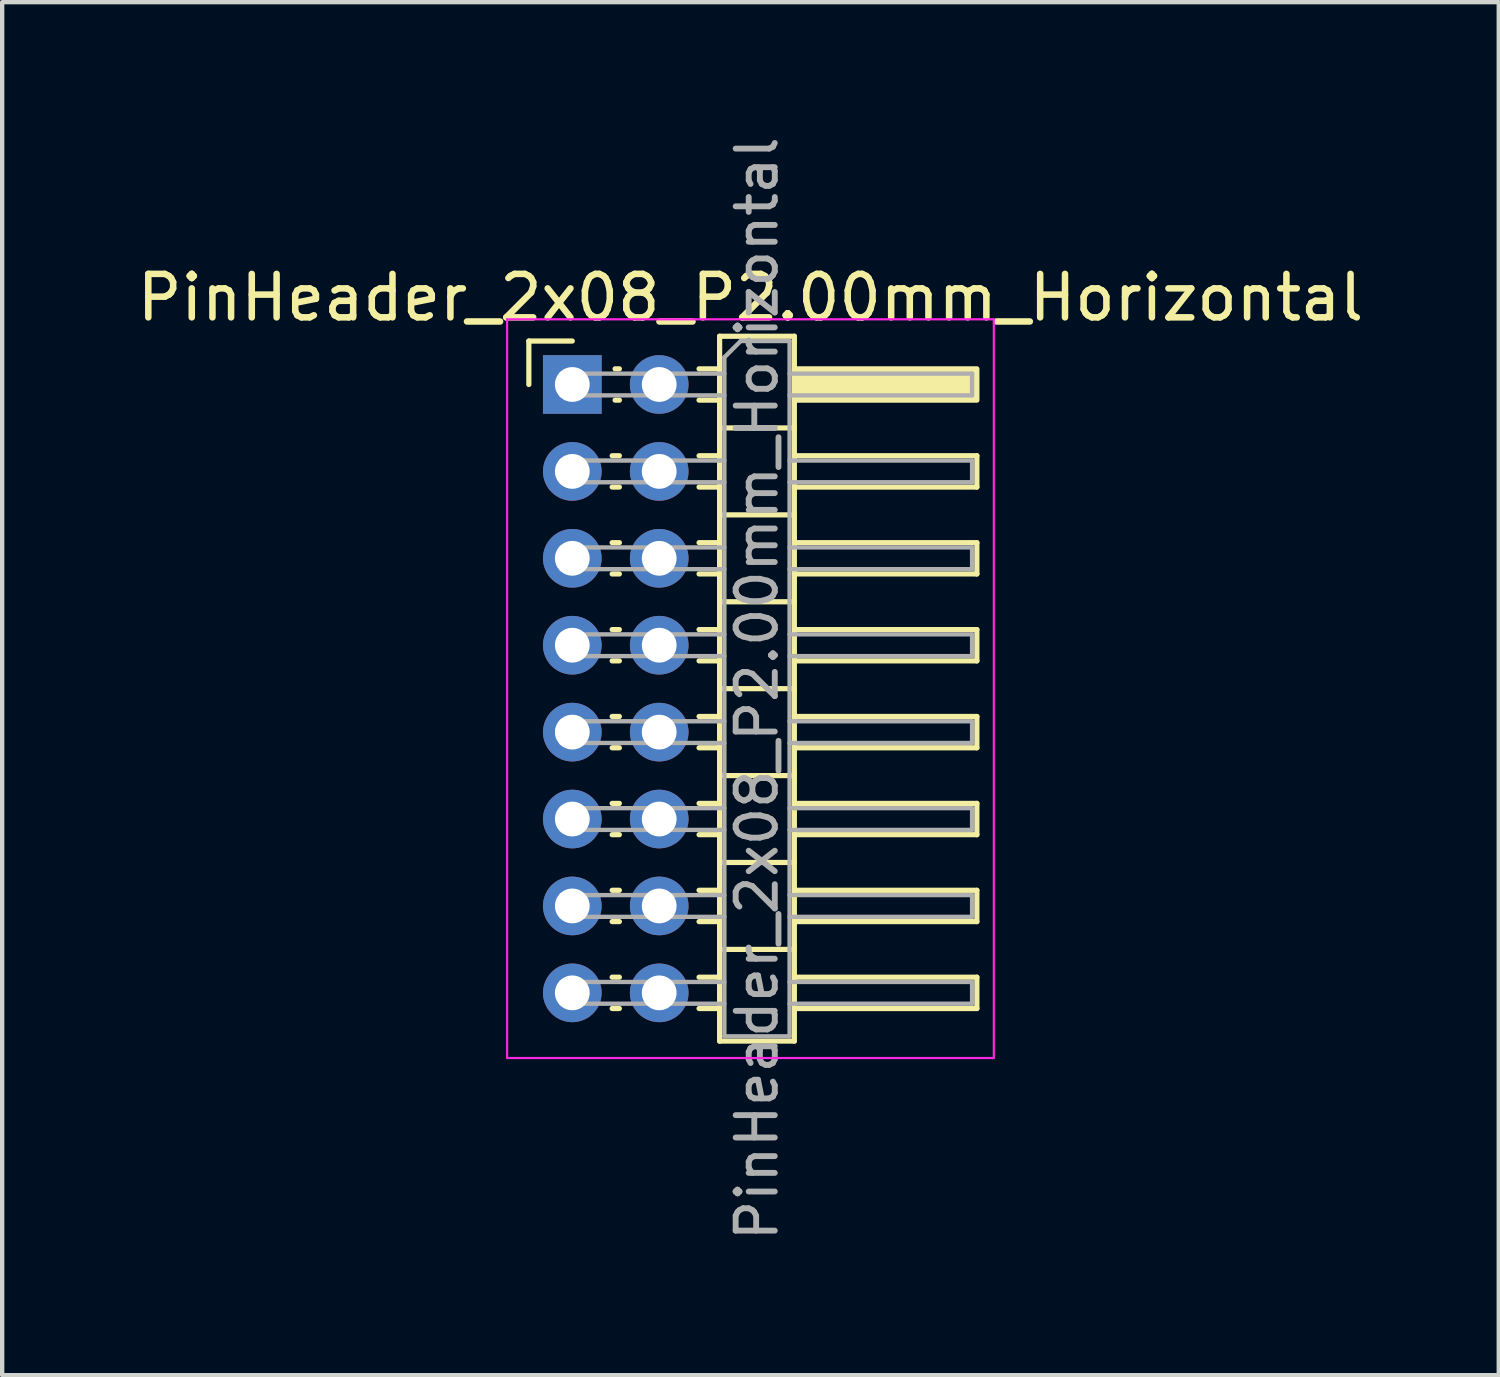
<source format=kicad_pcb>
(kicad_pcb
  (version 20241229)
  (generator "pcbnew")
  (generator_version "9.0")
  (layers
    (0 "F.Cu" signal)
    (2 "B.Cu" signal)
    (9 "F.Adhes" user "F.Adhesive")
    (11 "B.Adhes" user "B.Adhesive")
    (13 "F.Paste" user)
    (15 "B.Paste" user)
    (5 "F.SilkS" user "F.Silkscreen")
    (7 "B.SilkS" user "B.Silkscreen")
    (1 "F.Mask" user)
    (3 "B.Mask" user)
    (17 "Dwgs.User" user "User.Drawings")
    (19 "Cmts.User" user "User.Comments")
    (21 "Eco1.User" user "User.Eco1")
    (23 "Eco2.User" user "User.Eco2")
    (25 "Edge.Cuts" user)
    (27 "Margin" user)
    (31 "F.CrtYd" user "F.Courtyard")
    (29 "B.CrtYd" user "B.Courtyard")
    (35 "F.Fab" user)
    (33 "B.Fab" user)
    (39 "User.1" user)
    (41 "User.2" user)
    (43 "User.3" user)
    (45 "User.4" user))
  (footprint "PinHeader_2x08_P2.00mm_Horizontal"
    (layer "F.Cu")
    (at 10.12 5.798)
    (property "Reference" "PinHeader_2x08_P2.00mm_Horizontal" (at 4.1 -2 0) (layer "F.SilkS") (effects (font (size 1 1) (thickness 0.15))))
    (attr through_hole)
    (fp_line (start -1 -1) (end 0 -1) (stroke (width 0.12) (type solid)) (layer "F.SilkS"))
    (fp_line (start -1 0) (end -1 -1) (stroke (width 0.12) (type solid)) (layer "F.SilkS"))
    (fp_line (start 0.917 1.64) (end 1.083 1.64) (stroke (width 0.12) (type solid)) (layer "F.SilkS"))
    (fp_line (start 0.917 2.36) (end 1.083 2.36) (stroke (width 0.12) (type solid)) (layer "F.SilkS"))
    (fp_line (start 0.917 3.64) (end 1.083 3.64) (stroke (width 0.12) (type solid)) (layer "F.SilkS"))
    (fp_line (start 0.917 4.36) (end 1.083 4.36) (stroke (width 0.12) (type solid)) (layer "F.SilkS"))
    (fp_line (start 0.917 5.64) (end 1.083 5.64) (stroke (width 0.12) (type solid)) (layer "F.SilkS"))
    (fp_line (start 0.917 6.36) (end 1.083 6.36) (stroke (width 0.12) (type solid)) (layer "F.SilkS"))
    (fp_line (start 0.917 7.64) (end 1.083 7.64) (stroke (width 0.12) (type solid)) (layer "F.SilkS"))
    (fp_line (start 0.917 8.36) (end 1.083 8.36) (stroke (width 0.12) (type solid)) (layer "F.SilkS"))
    (fp_line (start 0.917 9.64) (end 1.083 9.64) (stroke (width 0.12) (type solid)) (layer "F.SilkS"))
    (fp_line (start 0.917 10.36) (end 1.083 10.36) (stroke (width 0.12) (type solid)) (layer "F.SilkS"))
    (fp_line (start 0.917 11.64) (end 1.083 11.64) (stroke (width 0.12) (type solid)) (layer "F.SilkS"))
    (fp_line (start 0.917 12.36) (end 1.083 12.36) (stroke (width 0.12) (type solid)) (layer "F.SilkS"))
    (fp_line (start 0.917 13.64) (end 1.083 13.64) (stroke (width 0.12) (type solid)) (layer "F.SilkS"))
    (fp_line (start 0.917 14.36) (end 1.083 14.36) (stroke (width 0.12) (type solid)) (layer "F.SilkS"))
    (fp_line (start 0.985 -0.36) (end 1.083 -0.36) (stroke (width 0.12) (type solid)) (layer "F.SilkS"))
    (fp_line (start 0.985 0.36) (end 1.083 0.36) (stroke (width 0.12) (type solid)) (layer "F.SilkS"))
    (fp_line (start 2.917 -0.36) (end 3.39 -0.36) (stroke (width 0.12) (type solid)) (layer "F.SilkS"))
    (fp_line (start 2.917 0.36) (end 3.39 0.36) (stroke (width 0.12) (type solid)) (layer "F.SilkS"))
    (fp_line (start 2.917 1.64) (end 3.39 1.64) (stroke (width 0.12) (type solid)) (layer "F.SilkS"))
    (fp_line (start 2.917 2.36) (end 3.39 2.36) (stroke (width 0.12) (type solid)) (layer "F.SilkS"))
    (fp_line (start 2.917 3.64) (end 3.39 3.64) (stroke (width 0.12) (type solid)) (layer "F.SilkS"))
    (fp_line (start 2.917 4.36) (end 3.39 4.36) (stroke (width 0.12) (type solid)) (layer "F.SilkS"))
    (fp_line (start 2.917 5.64) (end 3.39 5.64) (stroke (width 0.12) (type solid)) (layer "F.SilkS"))
    (fp_line (start 2.917 6.36) (end 3.39 6.36) (stroke (width 0.12) (type solid)) (layer "F.SilkS"))
    (fp_line (start 2.917 7.64) (end 3.39 7.64) (stroke (width 0.12) (type solid)) (layer "F.SilkS"))
    (fp_line (start 2.917 8.36) (end 3.39 8.36) (stroke (width 0.12) (type solid)) (layer "F.SilkS"))
    (fp_line (start 2.917 9.64) (end 3.39 9.64) (stroke (width 0.12) (type solid)) (layer "F.SilkS"))
    (fp_line (start 2.917 10.36) (end 3.39 10.36) (stroke (width 0.12) (type solid)) (layer "F.SilkS"))
    (fp_line (start 2.917 11.64) (end 3.39 11.64) (stroke (width 0.12) (type solid)) (layer "F.SilkS"))
    (fp_line (start 2.917 12.36) (end 3.39 12.36) (stroke (width 0.12) (type solid)) (layer "F.SilkS"))
    (fp_line (start 2.917 13.64) (end 3.39 13.64) (stroke (width 0.12) (type solid)) (layer "F.SilkS"))
    (fp_line (start 2.917 14.36) (end 3.39 14.36) (stroke (width 0.12) (type solid)) (layer "F.SilkS"))
    (fp_line (start 3.39 -1.11) (end 3.39 15.11) (stroke (width 0.12) (type solid)) (layer "F.SilkS"))
    (fp_line (start 3.39 1) (end 5.11 1) (stroke (width 0.12) (type solid)) (layer "F.SilkS"))
    (fp_line (start 3.39 3) (end 5.11 3) (stroke (width 0.12) (type solid)) (layer "F.SilkS"))
    (fp_line (start 3.39 5) (end 5.11 5) (stroke (width 0.12) (type solid)) (layer "F.SilkS"))
    (fp_line (start 3.39 7) (end 5.11 7) (stroke (width 0.12) (type solid)) (layer "F.SilkS"))
    (fp_line (start 3.39 9) (end 5.11 9) (stroke (width 0.12) (type solid)) (layer "F.SilkS"))
    (fp_line (start 3.39 11) (end 5.11 11) (stroke (width 0.12) (type solid)) (layer "F.SilkS"))
    (fp_line (start 3.39 13) (end 5.11 13) (stroke (width 0.12) (type solid)) (layer "F.SilkS"))
    (fp_line (start 3.39 15.11) (end 5.11 15.11) (stroke (width 0.12) (type solid)) (layer "F.SilkS"))
    (fp_line (start 5.11 -1.11) (end 3.39 -1.11) (stroke (width 0.12) (type solid)) (layer "F.SilkS"))
    (fp_line (start 5.11 1.64) (end 9.31 1.64) (stroke (width 0.12) (type solid)) (layer "F.SilkS"))
    (fp_line (start 5.11 3.64) (end 9.31 3.64) (stroke (width 0.12) (type solid)) (layer "F.SilkS"))
    (fp_line (start 5.11 5.64) (end 9.31 5.64) (stroke (width 0.12) (type solid)) (layer "F.SilkS"))
    (fp_line (start 5.11 7.64) (end 9.31 7.64) (stroke (width 0.12) (type solid)) (layer "F.SilkS"))
    (fp_line (start 5.11 9.64) (end 9.31 9.64) (stroke (width 0.12) (type solid)) (layer "F.SilkS"))
    (fp_line (start 5.11 11.64) (end 9.31 11.64) (stroke (width 0.12) (type solid)) (layer "F.SilkS"))
    (fp_line (start 5.11 13.64) (end 9.31 13.64) (stroke (width 0.12) (type solid)) (layer "F.SilkS"))
    (fp_line (start 5.11 15.11) (end 5.11 -1.11) (stroke (width 0.12) (type solid)) (layer "F.SilkS"))
    (fp_line (start 9.31 1.64) (end 9.31 2.36) (stroke (width 0.12) (type solid)) (layer "F.SilkS"))
    (fp_line (start 9.31 2.36) (end 5.11 2.36) (stroke (width 0.12) (type solid)) (layer "F.SilkS"))
    (fp_line (start 9.31 3.64) (end 9.31 4.36) (stroke (width 0.12) (type solid)) (layer "F.SilkS"))
    (fp_line (start 9.31 4.36) (end 5.11 4.36) (stroke (width 0.12) (type solid)) (layer "F.SilkS"))
    (fp_line (start 9.31 5.64) (end 9.31 6.36) (stroke (width 0.12) (type solid)) (layer "F.SilkS"))
    (fp_line (start 9.31 6.36) (end 5.11 6.36) (stroke (width 0.12) (type solid)) (layer "F.SilkS"))
    (fp_line (start 9.31 7.64) (end 9.31 8.36) (stroke (width 0.12) (type solid)) (layer "F.SilkS"))
    (fp_line (start 9.31 8.36) (end 5.11 8.36) (stroke (width 0.12) (type solid)) (layer "F.SilkS"))
    (fp_line (start 9.31 9.64) (end 9.31 10.36) (stroke (width 0.12) (type solid)) (layer "F.SilkS"))
    (fp_line (start 9.31 10.36) (end 5.11 10.36) (stroke (width 0.12) (type solid)) (layer "F.SilkS"))
    (fp_line (start 9.31 11.64) (end 9.31 12.36) (stroke (width 0.12) (type solid)) (layer "F.SilkS"))
    (fp_line (start 9.31 12.36) (end 5.11 12.36) (stroke (width 0.12) (type solid)) (layer "F.SilkS"))
    (fp_line (start 9.31 13.64) (end 9.31 14.36) (stroke (width 0.12) (type solid)) (layer "F.SilkS"))
    (fp_line (start 9.31 14.36) (end 5.11 14.36) (stroke (width 0.12) (type solid)) (layer "F.SilkS"))
    (fp_rect (start 5.11 -0.36) (end 9.31 0.36) (stroke (width 0.12) (type solid)) (fill yes) (layer "F.SilkS"))
    (fp_line (start -1.5 -1.5) (end -1.5 15.5) (stroke (width 0.05) (type solid)) (layer "F.CrtYd"))
    (fp_line (start -1.5 15.5) (end 9.7 15.5) (stroke (width 0.05) (type solid)) (layer "F.CrtYd"))
    (fp_line (start 9.7 -1.5) (end -1.5 -1.5) (stroke (width 0.05) (type solid)) (layer "F.CrtYd"))
    (fp_line (start 9.7 15.5) (end 9.7 -1.5) (stroke (width 0.05) (type solid)) (layer "F.CrtYd"))
    (fp_line (start -0.25 -0.25) (end -0.25 0.25) (stroke (width 0.1) (type solid)) (layer "F.Fab"))
    (fp_line (start -0.25 -0.25) (end 3.5 -0.25) (stroke (width 0.1) (type solid)) (layer "F.Fab"))
    (fp_line (start -0.25 0.25) (end 3.5 0.25) (stroke (width 0.1) (type solid)) (layer "F.Fab"))
    (fp_line (start -0.25 1.75) (end -0.25 2.25) (stroke (width 0.1) (type solid)) (layer "F.Fab"))
    (fp_line (start -0.25 1.75) (end 3.5 1.75) (stroke (width 0.1) (type solid)) (layer "F.Fab"))
    (fp_line (start -0.25 2.25) (end 3.5 2.25) (stroke (width 0.1) (type solid)) (layer "F.Fab"))
    (fp_line (start -0.25 3.75) (end -0.25 4.25) (stroke (width 0.1) (type solid)) (layer "F.Fab"))
    (fp_line (start -0.25 3.75) (end 3.5 3.75) (stroke (width 0.1) (type solid)) (layer "F.Fab"))
    (fp_line (start -0.25 4.25) (end 3.5 4.25) (stroke (width 0.1) (type solid)) (layer "F.Fab"))
    (fp_line (start -0.25 5.75) (end -0.25 6.25) (stroke (width 0.1) (type solid)) (layer "F.Fab"))
    (fp_line (start -0.25 5.75) (end 3.5 5.75) (stroke (width 0.1) (type solid)) (layer "F.Fab"))
    (fp_line (start -0.25 6.25) (end 3.5 6.25) (stroke (width 0.1) (type solid)) (layer "F.Fab"))
    (fp_line (start -0.25 7.75) (end -0.25 8.25) (stroke (width 0.1) (type solid)) (layer "F.Fab"))
    (fp_line (start -0.25 7.75) (end 3.5 7.75) (stroke (width 0.1) (type solid)) (layer "F.Fab"))
    (fp_line (start -0.25 8.25) (end 3.5 8.25) (stroke (width 0.1) (type solid)) (layer "F.Fab"))
    (fp_line (start -0.25 9.75) (end -0.25 10.25) (stroke (width 0.1) (type solid)) (layer "F.Fab"))
    (fp_line (start -0.25 9.75) (end 3.5 9.75) (stroke (width 0.1) (type solid)) (layer "F.Fab"))
    (fp_line (start -0.25 10.25) (end 3.5 10.25) (stroke (width 0.1) (type solid)) (layer "F.Fab"))
    (fp_line (start -0.25 11.75) (end -0.25 12.25) (stroke (width 0.1) (type solid)) (layer "F.Fab"))
    (fp_line (start -0.25 11.75) (end 3.5 11.75) (stroke (width 0.1) (type solid)) (layer "F.Fab"))
    (fp_line (start -0.25 12.25) (end 3.5 12.25) (stroke (width 0.1) (type solid)) (layer "F.Fab"))
    (fp_line (start -0.25 13.75) (end -0.25 14.25) (stroke (width 0.1) (type solid)) (layer "F.Fab"))
    (fp_line (start -0.25 13.75) (end 3.5 13.75) (stroke (width 0.1) (type solid)) (layer "F.Fab"))
    (fp_line (start -0.25 14.25) (end 3.5 14.25) (stroke (width 0.1) (type solid)) (layer "F.Fab"))
    (fp_line (start 3.5 -0.625) (end 3.875 -1) (stroke (width 0.1) (type solid)) (layer "F.Fab"))
    (fp_line (start 3.5 15) (end 3.5 -0.625) (stroke (width 0.1) (type solid)) (layer "F.Fab"))
    (fp_line (start 3.875 -1) (end 5 -1) (stroke (width 0.1) (type solid)) (layer "F.Fab"))
    (fp_line (start 5 -1) (end 5 15) (stroke (width 0.1) (type solid)) (layer "F.Fab"))
    (fp_line (start 5 -0.25) (end 9.2 -0.25) (stroke (width 0.1) (type solid)) (layer "F.Fab"))
    (fp_line (start 5 0.25) (end 9.2 0.25) (stroke (width 0.1) (type solid)) (layer "F.Fab"))
    (fp_line (start 5 1.75) (end 9.2 1.75) (stroke (width 0.1) (type solid)) (layer "F.Fab"))
    (fp_line (start 5 2.25) (end 9.2 2.25) (stroke (width 0.1) (type solid)) (layer "F.Fab"))
    (fp_line (start 5 3.75) (end 9.2 3.75) (stroke (width 0.1) (type solid)) (layer "F.Fab"))
    (fp_line (start 5 4.25) (end 9.2 4.25) (stroke (width 0.1) (type solid)) (layer "F.Fab"))
    (fp_line (start 5 5.75) (end 9.2 5.75) (stroke (width 0.1) (type solid)) (layer "F.Fab"))
    (fp_line (start 5 6.25) (end 9.2 6.25) (stroke (width 0.1) (type solid)) (layer "F.Fab"))
    (fp_line (start 5 7.75) (end 9.2 7.75) (stroke (width 0.1) (type solid)) (layer "F.Fab"))
    (fp_line (start 5 8.25) (end 9.2 8.25) (stroke (width 0.1) (type solid)) (layer "F.Fab"))
    (fp_line (start 5 9.75) (end 9.2 9.75) (stroke (width 0.1) (type solid)) (layer "F.Fab"))
    (fp_line (start 5 10.25) (end 9.2 10.25) (stroke (width 0.1) (type solid)) (layer "F.Fab"))
    (fp_line (start 5 11.75) (end 9.2 11.75) (stroke (width 0.1) (type solid)) (layer "F.Fab"))
    (fp_line (start 5 12.25) (end 9.2 12.25) (stroke (width 0.1) (type solid)) (layer "F.Fab"))
    (fp_line (start 5 13.75) (end 9.2 13.75) (stroke (width 0.1) (type solid)) (layer "F.Fab"))
    (fp_line (start 5 14.25) (end 9.2 14.25) (stroke (width 0.1) (type solid)) (layer "F.Fab"))
    (fp_line (start 5 15) (end 3.5 15) (stroke (width 0.1) (type solid)) (layer "F.Fab"))
    (fp_line (start 9.2 -0.25) (end 9.2 0.25) (stroke (width 0.1) (type solid)) (layer "F.Fab"))
    (fp_line (start 9.2 1.75) (end 9.2 2.25) (stroke (width 0.1) (type solid)) (layer "F.Fab"))
    (fp_line (start 9.2 3.75) (end 9.2 4.25) (stroke (width 0.1) (type solid)) (layer "F.Fab"))
    (fp_line (start 9.2 5.75) (end 9.2 6.25) (stroke (width 0.1) (type solid)) (layer "F.Fab"))
    (fp_line (start 9.2 7.75) (end 9.2 8.25) (stroke (width 0.1) (type solid)) (layer "F.Fab"))
    (fp_line (start 9.2 9.75) (end 9.2 10.25) (stroke (width 0.1) (type solid)) (layer "F.Fab"))
    (fp_line (start 9.2 11.75) (end 9.2 12.25) (stroke (width 0.1) (type solid)) (layer "F.Fab"))
    (fp_line (start 9.2 13.75) (end 9.2 14.25) (stroke (width 0.1) (type solid)) (layer "F.Fab"))
    (fp_text user "${REFERENCE}" (at 4.25 7 90) (layer "F.Fab") (effects (font (size 0.9 0.9) (thickness 0.135))))
    (pad "1" thru_hole rect (at 0 0) (size 1.35 1.35) (drill 0.8) (layers "*.Cu" "*.Mask"))
    (pad "2" thru_hole circle (at 2 0) (size 1.35 1.35) (drill 0.8) (layers "*.Cu" "*.Mask"))
    (pad "3" thru_hole circle (at 0 2) (size 1.35 1.35) (drill 0.8) (layers "*.Cu" "*.Mask"))
    (pad "4" thru_hole circle (at 2 2) (size 1.35 1.35) (drill 0.8) (layers "*.Cu" "*.Mask"))
    (pad "5" thru_hole circle (at 0 4) (size 1.35 1.35) (drill 0.8) (layers "*.Cu" "*.Mask"))
    (pad "6" thru_hole circle (at 2 4) (size 1.35 1.35) (drill 0.8) (layers "*.Cu" "*.Mask"))
    (pad "7" thru_hole circle (at 0 6) (size 1.35 1.35) (drill 0.8) (layers "*.Cu" "*.Mask"))
    (pad "8" thru_hole circle (at 2 6) (size 1.35 1.35) (drill 0.8) (layers "*.Cu" "*.Mask"))
    (pad "9" thru_hole circle (at 0 8) (size 1.35 1.35) (drill 0.8) (layers "*.Cu" "*.Mask"))
    (pad "10" thru_hole circle (at 2 8) (size 1.35 1.35) (drill 0.8) (layers "*.Cu" "*.Mask"))
    (pad "11" thru_hole circle (at 0 10) (size 1.35 1.35) (drill 0.8) (layers "*.Cu" "*.Mask"))
    (pad "12" thru_hole circle (at 2 10) (size 1.35 1.35) (drill 0.8) (layers "*.Cu" "*.Mask"))
    (pad "13" thru_hole circle (at 0 12) (size 1.35 1.35) (drill 0.8) (layers "*.Cu" "*.Mask"))
    (pad "14" thru_hole circle (at 2 12) (size 1.35 1.35) (drill 0.8) (layers "*.Cu" "*.Mask"))
    (pad "15" thru_hole circle (at 0 14) (size 1.35 1.35) (drill 0.8) (layers "*.Cu" "*.Mask"))
    (pad "16" thru_hole circle (at 2 14) (size 1.35 1.35) (drill 0.8) (layers "*.Cu" "*.Mask")))
  (gr_rect
    (start -3 -3)
    (end 31.44 28.596)
    (stroke (width 0.1) (type default))
    (fill no)
    (layer "Edge.Cuts")))
</source>
